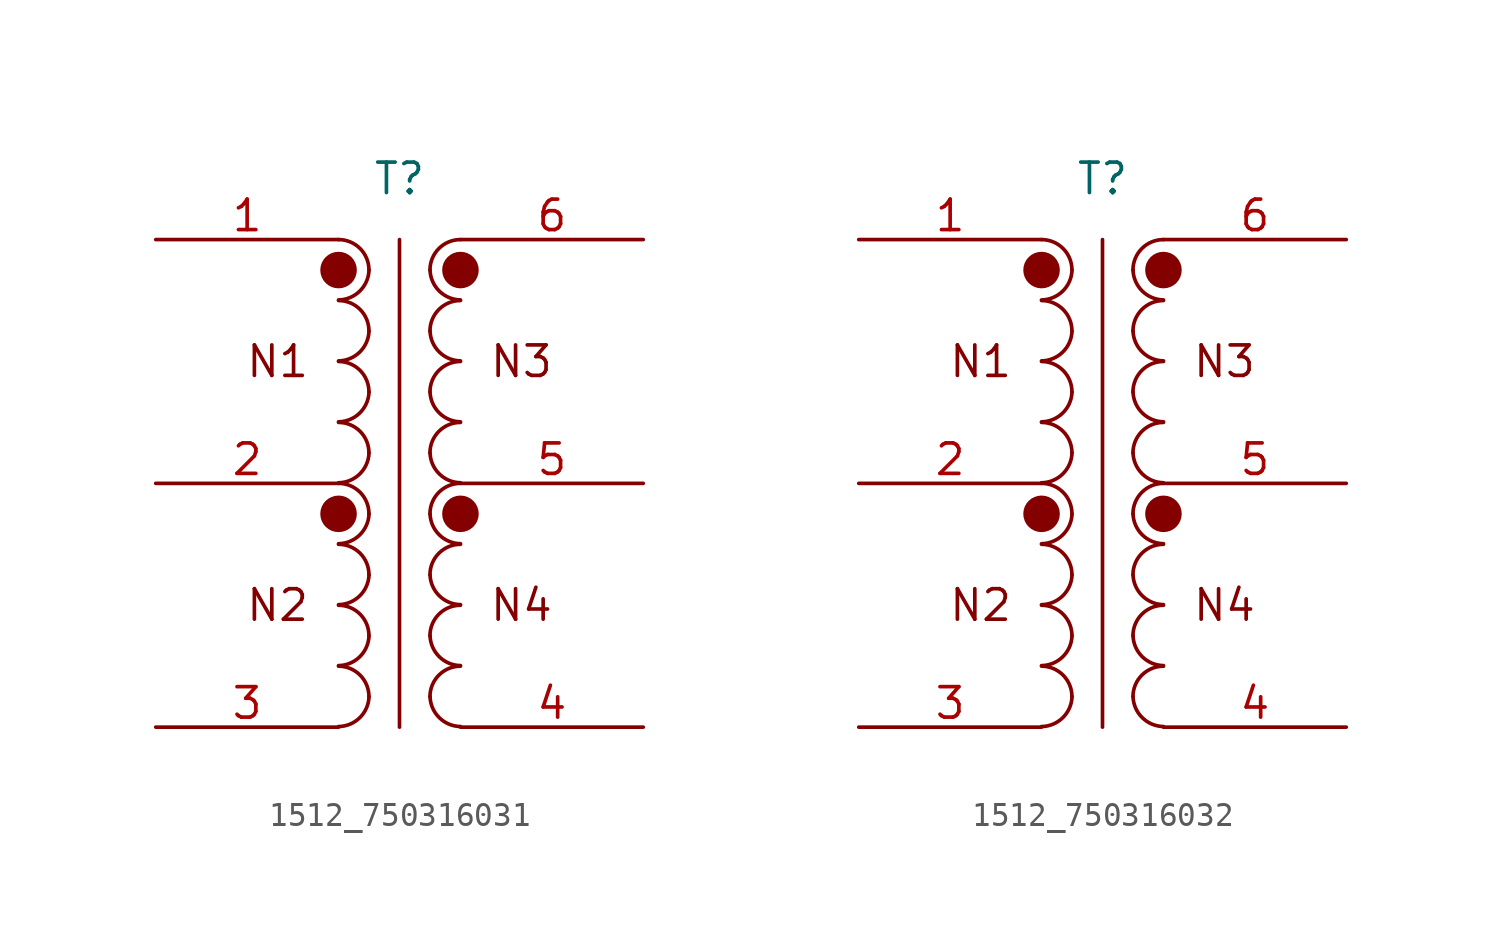
<source format=kicad_sym>
(kicad_symbol_lib
  (version 20220914)
  (generator kicad_symbol_editor)
  (symbol "1512_750316031"
    (pin_names hide)
    (property "Reference" "T"
      (at 0 12.7 0)
      (effects (font (size 1.27 1.27))))
    (property "Critical Parameter" ""
      (at 0 -5.08 0)
      (effects (font (size 1.27 1.27)) (justify left)))
    (symbol "1512_750316031_0_1"
      (arc (start -2.54 -10.1346) (mid -1.6561 -9.7663) (end -1.27 -8.89) (stroke (width 0) (type default)) (fill (type none)))
      (arc (start -2.54 -7.5946) (mid -1.6561 -7.2263) (end -1.27 -6.35) (stroke (width 0) (type default)) (fill (type none)))
      (arc (start -2.54 -5.0546) (mid -1.6561 -4.6863) (end -1.27 -3.81) (stroke (width 0) (type default)) (fill (type none)))
      (arc (start -2.54 -2.5146) (mid -1.6561 -2.1463) (end -1.27 -1.27) (stroke (width 0) (type default)) (fill (type none)))
      (arc (start -2.54 0.0254) (mid -1.6561 0.3937) (end -1.27 1.27) (stroke (width 0) (type default)) (fill (type none)))
      (arc (start -2.54 2.5654) (mid -1.6561 2.9337) (end -1.27 3.81) (stroke (width 0) (type default)) (fill (type none)))
      (arc (start -2.54 5.1054) (mid -1.6561 5.4737) (end -1.27 6.35) (stroke (width 0) (type default)) (fill (type none)))
      (arc (start -2.54 7.6454) (mid -1.6561 8.0137) (end -1.27 8.89) (stroke (width 0) (type default)) (fill (type none)))
      (arc (start -1.27 -8.89) (mid -1.642 -7.992) (end -2.54 -7.62) (stroke (width 0) (type default)) (fill (type none)))
      (arc (start -1.27 -6.35) (mid -1.642 -5.452) (end -2.54 -5.08) (stroke (width 0) (type default)) (fill (type none)))
      (arc (start -1.27 -3.81) (mid -1.642 -2.912) (end -2.54 -2.54) (stroke (width 0) (type default)) (fill (type none)))
      (arc (start -1.27 -1.27) (mid -1.642 -0.372) (end -2.54 0) (stroke (width 0) (type default)) (fill (type none)))
      (arc (start -1.27 1.27) (mid -1.642 2.168) (end -2.54 2.54) (stroke (width 0) (type default)) (fill (type none)))
      (arc (start -1.27 3.81) (mid -1.642 4.708) (end -2.54 5.08) (stroke (width 0) (type default)) (fill (type none)))
      (arc (start -1.27 6.35) (mid -1.642 7.248) (end -2.54 7.62) (stroke (width 0) (type default)) (fill (type none)))
      (arc (start -1.27 8.89) (mid -1.642 9.788) (end -2.54 10.16) (stroke (width 0) (type default)) (fill (type none)))
      (polyline (pts (xy 0 -10.16) (xy 0 10.16)) (stroke (width 0) (type default)) (fill (type none)))
      (arc (start 1.27 -8.89) (mid 1.6561 -9.7663) (end 2.54 -10.1346) (stroke (width 0) (type default)) (fill (type none)))
      (arc (start 1.27 -6.35) (mid 1.6561 -7.2263) (end 2.54 -7.5946) (stroke (width 0) (type default)) (fill (type none)))
      (arc (start 1.27 -3.81) (mid 1.6561 -4.6863) (end 2.54 -5.0546) (stroke (width 0) (type default)) (fill (type none)))
      (arc (start 1.27 -1.27) (mid 1.6561 -2.1463) (end 2.54 -2.5146) (stroke (width 0) (type default)) (fill (type none)))
      (arc (start 1.27 1.27) (mid 1.6561 0.3937) (end 2.54 0.0254) (stroke (width 0) (type default)) (fill (type none)))
      (arc (start 1.27 3.81) (mid 1.6561 2.9337) (end 2.54 2.5654) (stroke (width 0) (type default)) (fill (type none)))
      (arc (start 1.27 6.35) (mid 1.6561 5.4737) (end 2.54 5.1054) (stroke (width 0) (type default)) (fill (type none)))
      (arc (start 1.27 8.89) (mid 1.6561 8.0137) (end 2.54 7.6454) (stroke (width 0) (type default)) (fill (type none)))
      (arc (start 2.54 -7.62) (mid 1.642 -7.992) (end 1.27 -8.89) (stroke (width 0) (type default)) (fill (type none)))
      (arc (start 2.54 -5.08) (mid 1.642 -5.452) (end 1.27 -6.35) (stroke (width 0) (type default)) (fill (type none)))
      (arc (start 2.54 -2.54) (mid 1.642 -2.912) (end 1.27 -3.81) (stroke (width 0) (type default)) (fill (type none)))
      (arc (start 2.54 0) (mid 1.642 -0.372) (end 1.27 -1.27) (stroke (width 0) (type default)) (fill (type none)))
      (arc (start 2.54 2.54) (mid 1.642 2.168) (end 1.27 1.27) (stroke (width 0) (type default)) (fill (type none)))
      (arc (start 2.54 5.08) (mid 1.642 4.708) (end 1.27 3.81) (stroke (width 0) (type default)) (fill (type none)))
      (arc (start 2.54 7.62) (mid 1.642 7.248) (end 1.27 6.35) (stroke (width 0) (type default)) (fill (type none)))
      (arc (start 2.54 10.16) (mid 1.642 9.788) (end 1.27 8.89) (stroke (width 0) (type default)) (fill (type none))))
    (symbol "1512_750316031_1_1"
      (circle (center -2.54 -1.27) (radius 0.0001) (stroke (width 0.762) (type default)) (fill (type none)))
      (circle (center -2.54 8.89) (radius 0.0001) (stroke (width 0.762) (type default)) (fill (type none)))
      (circle (center 2.54 -1.27) (radius 0.0001) (stroke (width 0.762) (type default)) (fill (type none)))
      (circle (center 2.54 8.89) (radius 0.0001) (stroke (width 0.762) (type default)) (fill (type none)))
      (text "N1" (at -5.08 5.08 0) (effects (font (size 1.27 1.27))))
      (text "N2" (at -5.08 -5.08 0) (effects (font (size 1.27 1.27))))
      (text "N3" (at 5.08 5.08 0) (effects (font (size 1.27 1.27))))
      (text "N4" (at 5.08 -5.08 0) (effects (font (size 1.27 1.27))))
      (pin passive line (at -10.16 10.16 0) (length 7.62) (name "1" (effects (font (size 1.27 1.27)))) (number "1" (effects (font (size 1.27 1.27)))))
      (pin passive line (at -10.16 0 0) (length 7.62) (name "2" (effects (font (size 1.27 1.27)))) (number "2" (effects (font (size 1.27 1.27)))))
      (pin passive line (at -10.16 -10.16 0) (length 7.62) (name "3" (effects (font (size 1.27 1.27)))) (number "3" (effects (font (size 1.27 1.27)))))
      (pin passive line (at 10.16 -10.16 180) (length 7.62) (name "4" (effects (font (size 1.27 1.27)))) (number "4" (effects (font (size 1.27 1.27)))))
      (pin passive line (at 10.16 0 180) (length 7.62) (name "5" (effects (font (size 1.27 1.27)))) (number "5" (effects (font (size 1.27 1.27)))))
      (pin passive line (at 10.16 10.16 180) (length 7.62) (name "6" (effects (font (size 1.27 1.27)))) (number "6" (effects (font (size 1.27 1.27)))))))
  (symbol "1512_750316032"
    (pin_names hide)
    (property "Reference" "T"
      (at 0 12.7 0)
      (effects (font (size 1.27 1.27))))
    (property "Critical Parameter" ""
      (at 0 -5.08 0)
      (effects (font (size 1.27 1.27)) (justify left)))
    (symbol "1512_750316032_0_1"
      (arc (start -2.54 -10.1346) (mid -1.6561 -9.7663) (end -1.27 -8.89) (stroke (width 0) (type default)) (fill (type none)))
      (arc (start -2.54 -7.5946) (mid -1.6561 -7.2263) (end -1.27 -6.35) (stroke (width 0) (type default)) (fill (type none)))
      (arc (start -2.54 -5.0546) (mid -1.6561 -4.6863) (end -1.27 -3.81) (stroke (width 0) (type default)) (fill (type none)))
      (arc (start -2.54 -2.5146) (mid -1.6561 -2.1463) (end -1.27 -1.27) (stroke (width 0) (type default)) (fill (type none)))
      (arc (start -2.54 0.0254) (mid -1.6561 0.3937) (end -1.27 1.27) (stroke (width 0) (type default)) (fill (type none)))
      (arc (start -2.54 2.5654) (mid -1.6561 2.9337) (end -1.27 3.81) (stroke (width 0) (type default)) (fill (type none)))
      (arc (start -2.54 5.1054) (mid -1.6561 5.4737) (end -1.27 6.35) (stroke (width 0) (type default)) (fill (type none)))
      (arc (start -2.54 7.6454) (mid -1.6561 8.0137) (end -1.27 8.89) (stroke (width 0) (type default)) (fill (type none)))
      (arc (start -1.27 -8.89) (mid -1.642 -7.992) (end -2.54 -7.62) (stroke (width 0) (type default)) (fill (type none)))
      (arc (start -1.27 -6.35) (mid -1.642 -5.452) (end -2.54 -5.08) (stroke (width 0) (type default)) (fill (type none)))
      (arc (start -1.27 -3.81) (mid -1.642 -2.912) (end -2.54 -2.54) (stroke (width 0) (type default)) (fill (type none)))
      (arc (start -1.27 -1.27) (mid -1.642 -0.372) (end -2.54 0) (stroke (width 0) (type default)) (fill (type none)))
      (arc (start -1.27 1.27) (mid -1.642 2.168) (end -2.54 2.54) (stroke (width 0) (type default)) (fill (type none)))
      (arc (start -1.27 3.81) (mid -1.642 4.708) (end -2.54 5.08) (stroke (width 0) (type default)) (fill (type none)))
      (arc (start -1.27 6.35) (mid -1.642 7.248) (end -2.54 7.62) (stroke (width 0) (type default)) (fill (type none)))
      (arc (start -1.27 8.89) (mid -1.642 9.788) (end -2.54 10.16) (stroke (width 0) (type default)) (fill (type none)))
      (polyline (pts (xy 0 -10.16) (xy 0 10.16)) (stroke (width 0) (type default)) (fill (type none)))
      (arc (start 1.27 -8.89) (mid 1.6561 -9.7663) (end 2.54 -10.1346) (stroke (width 0) (type default)) (fill (type none)))
      (arc (start 1.27 -6.35) (mid 1.6561 -7.2263) (end 2.54 -7.5946) (stroke (width 0) (type default)) (fill (type none)))
      (arc (start 1.27 -3.81) (mid 1.6561 -4.6863) (end 2.54 -5.0546) (stroke (width 0) (type default)) (fill (type none)))
      (arc (start 1.27 -1.27) (mid 1.6561 -2.1463) (end 2.54 -2.5146) (stroke (width 0) (type default)) (fill (type none)))
      (arc (start 1.27 1.27) (mid 1.6561 0.3937) (end 2.54 0.0254) (stroke (width 0) (type default)) (fill (type none)))
      (arc (start 1.27 3.81) (mid 1.6561 2.9337) (end 2.54 2.5654) (stroke (width 0) (type default)) (fill (type none)))
      (arc (start 1.27 6.35) (mid 1.6561 5.4737) (end 2.54 5.1054) (stroke (width 0) (type default)) (fill (type none)))
      (arc (start 1.27 8.89) (mid 1.6561 8.0137) (end 2.54 7.6454) (stroke (width 0) (type default)) (fill (type none)))
      (arc (start 2.54 -7.62) (mid 1.642 -7.992) (end 1.27 -8.89) (stroke (width 0) (type default)) (fill (type none)))
      (arc (start 2.54 -5.08) (mid 1.642 -5.452) (end 1.27 -6.35) (stroke (width 0) (type default)) (fill (type none)))
      (arc (start 2.54 -2.54) (mid 1.642 -2.912) (end 1.27 -3.81) (stroke (width 0) (type default)) (fill (type none)))
      (arc (start 2.54 0) (mid 1.642 -0.372) (end 1.27 -1.27) (stroke (width 0) (type default)) (fill (type none)))
      (arc (start 2.54 2.54) (mid 1.642 2.168) (end 1.27 1.27) (stroke (width 0) (type default)) (fill (type none)))
      (arc (start 2.54 5.08) (mid 1.642 4.708) (end 1.27 3.81) (stroke (width 0) (type default)) (fill (type none)))
      (arc (start 2.54 7.62) (mid 1.642 7.248) (end 1.27 6.35) (stroke (width 0) (type default)) (fill (type none)))
      (arc (start 2.54 10.16) (mid 1.642 9.788) (end 1.27 8.89) (stroke (width 0) (type default)) (fill (type none))))
    (symbol "1512_750316032_1_1"
      (circle (center -2.54 -1.27) (radius 0.0001) (stroke (width 0.762) (type default)) (fill (type none)))
      (circle (center -2.54 8.89) (radius 0.0001) (stroke (width 0.762) (type default)) (fill (type none)))
      (circle (center 2.54 -1.27) (radius 0.0001) (stroke (width 0.762) (type default)) (fill (type none)))
      (circle (center 2.54 8.89) (radius 0.0001) (stroke (width 0.762) (type default)) (fill (type none)))
      (text "N1" (at -5.08 5.08 0) (effects (font (size 1.27 1.27))))
      (text "N2" (at -5.08 -5.08 0) (effects (font (size 1.27 1.27))))
      (text "N3" (at 5.08 5.08 0) (effects (font (size 1.27 1.27))))
      (text "N4" (at 5.08 -5.08 0) (effects (font (size 1.27 1.27))))
      (pin passive line (at -10.16 10.16 0) (length 7.62) (name "1" (effects (font (size 1.27 1.27)))) (number "1" (effects (font (size 1.27 1.27)))))
      (pin passive line (at -10.16 0 0) (length 7.62) (name "2" (effects (font (size 1.27 1.27)))) (number "2" (effects (font (size 1.27 1.27)))))
      (pin passive line (at -10.16 -10.16 0) (length 7.62) (name "3" (effects (font (size 1.27 1.27)))) (number "3" (effects (font (size 1.27 1.27)))))
      (pin passive line (at 10.16 -10.16 180) (length 7.62) (name "4" (effects (font (size 1.27 1.27)))) (number "4" (effects (font (size 1.27 1.27)))))
      (pin passive line (at 10.16 0 180) (length 7.62) (name "5" (effects (font (size 1.27 1.27)))) (number "5" (effects (font (size 1.27 1.27)))))
      (pin passive line (at 10.16 10.16 180) (length 7.62) (name "6" (effects (font (size 1.27 1.27)))) (number "6" (effects (font (size 1.27 1.27))))))))
</source>
